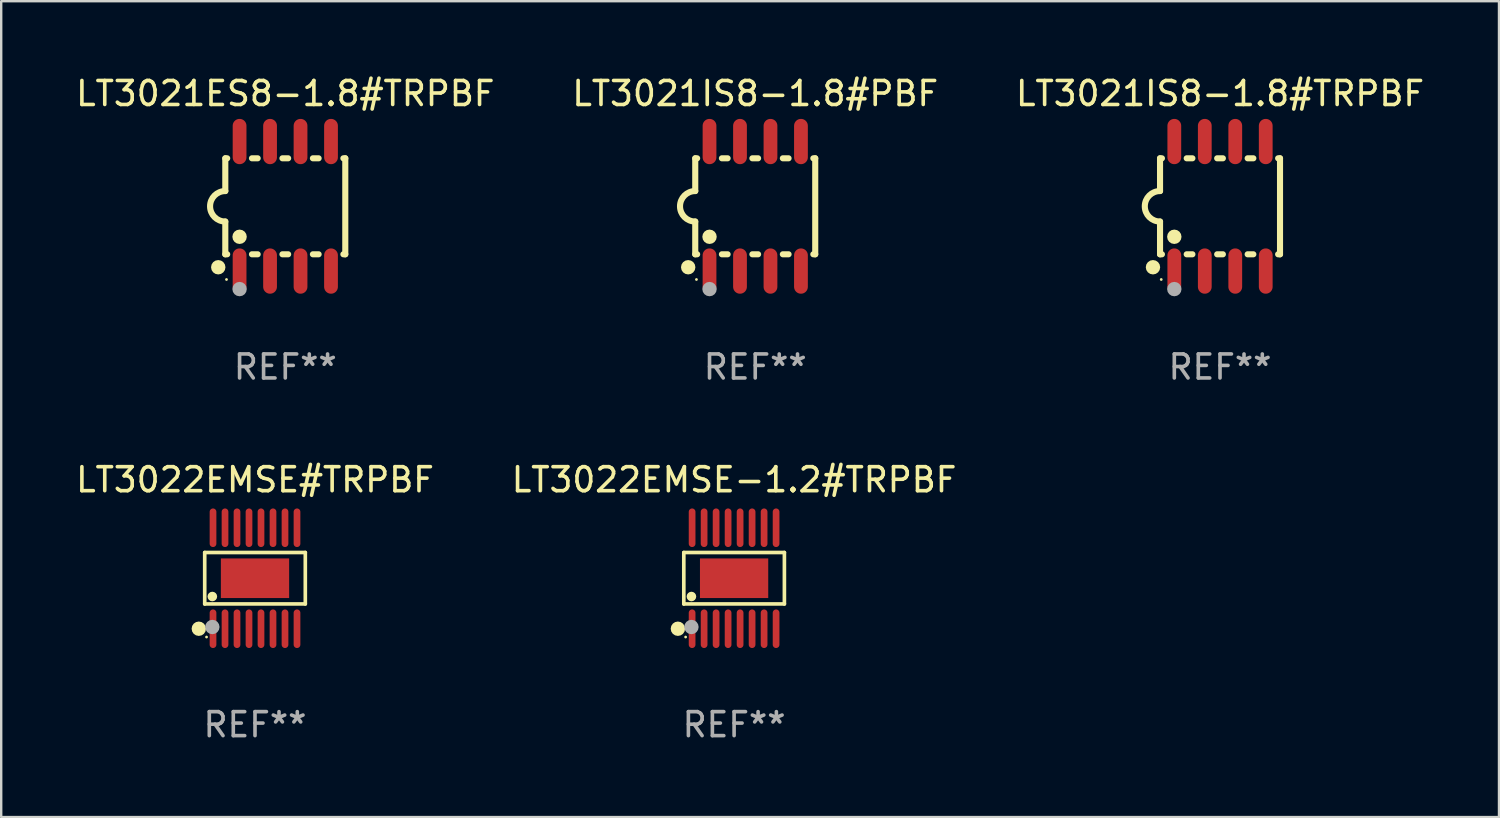
<source format=kicad_pcb>
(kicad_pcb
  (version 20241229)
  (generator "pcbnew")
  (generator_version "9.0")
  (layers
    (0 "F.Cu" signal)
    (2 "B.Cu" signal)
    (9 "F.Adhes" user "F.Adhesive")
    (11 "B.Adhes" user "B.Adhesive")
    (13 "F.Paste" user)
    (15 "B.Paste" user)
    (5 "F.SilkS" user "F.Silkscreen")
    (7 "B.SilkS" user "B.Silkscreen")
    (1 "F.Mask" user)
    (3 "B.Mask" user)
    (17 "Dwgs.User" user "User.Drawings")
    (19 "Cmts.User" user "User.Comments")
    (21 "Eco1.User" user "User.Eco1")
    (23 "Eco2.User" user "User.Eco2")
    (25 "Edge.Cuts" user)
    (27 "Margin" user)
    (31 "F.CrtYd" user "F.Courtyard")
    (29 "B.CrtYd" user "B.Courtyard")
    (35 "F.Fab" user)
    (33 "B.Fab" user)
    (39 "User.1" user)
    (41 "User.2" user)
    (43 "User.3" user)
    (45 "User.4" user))
  (footprint "LT3022EMSE#TRPBF"
    (layer "F.Cu")
    (at 7.577 21.047)
    (property "Reference" "LT3022EMSE#TRPBF" (at 0 -4.104 0) (layer "F.SilkS") (effects (font (size 1 1) (thickness 0.15))))
    (attr through_hole)
    (fp_line (start -2.096 -1.072) (end 2.096 -1.072) (stroke (width 0.152) (type solid)) (layer "F.SilkS"))
    (fp_line (start -2.096 1.071) (end -2.096 -1.072) (stroke (width 0.152) (type solid)) (layer "F.SilkS"))
    (fp_line (start 2.096 -1.072) (end 2.096 1.071) (stroke (width 0.152) (type solid)) (layer "F.SilkS"))
    (fp_line (start 2.096 1.071) (end -2.096 1.071) (stroke (width 0.152) (type solid)) (layer "F.SilkS"))
    (fp_circle (center -2.342 2.104) (end -2.192 2.104) (stroke (width 0.3) (type solid)) (fill no) (layer "F.SilkS"))
    (fp_circle (center -2.02 2.45) (end -1.99 2.45) (stroke (width 0.06) (type solid)) (fill no) (layer "F.SilkS"))
    (fp_circle (center -1.778 0.762) (end -1.678 0.762) (stroke (width 0.2) (type solid)) (fill no) (layer "F.SilkS"))
    (fp_circle (center -1.778 2.032) (end -1.628 2.032) (stroke (width 0.3) (type solid)) (fill no) (layer "F.Fab"))
    (fp_text user "REF**" (at 0 6.104 0) (layer "F.Fab") (effects (font (size 1 1) (thickness 0.15))))
    (pad "1" smd oval (at -1.75 2.104) (size 0.28 1.608) (layers "F.Cu" "F.Mask" "F.Paste"))
    (pad "2" smd oval (at -1.25 2.104) (size 0.28 1.608) (layers "F.Cu" "F.Mask" "F.Paste"))
    (pad "3" smd oval (at -0.75 2.104) (size 0.28 1.608) (layers "F.Cu" "F.Mask" "F.Paste"))
    (pad "4" smd oval (at -0.25 2.104) (size 0.28 1.608) (layers "F.Cu" "F.Mask" "F.Paste"))
    (pad "5" smd oval (at 0.25 2.104) (size 0.28 1.608) (layers "F.Cu" "F.Mask" "F.Paste"))
    (pad "6" smd oval (at 0.75 2.104) (size 0.28 1.608) (layers "F.Cu" "F.Mask" "F.Paste"))
    (pad "7" smd oval (at 1.25 2.104) (size 0.28 1.608) (layers "F.Cu" "F.Mask" "F.Paste"))
    (pad "8" smd oval (at 1.75 2.104) (size 0.28 1.608) (layers "F.Cu" "F.Mask" "F.Paste"))
    (pad "9" smd oval (at 1.75 -2.104) (size 0.28 1.608) (layers "F.Cu" "F.Mask" "F.Paste"))
    (pad "10" smd oval (at 1.25 -2.104) (size 0.28 1.608) (layers "F.Cu" "F.Mask" "F.Paste"))
    (pad "11" smd oval (at 0.75 -2.104) (size 0.28 1.608) (layers "F.Cu" "F.Mask" "F.Paste"))
    (pad "12" smd oval (at 0.25 -2.104) (size 0.28 1.608) (layers "F.Cu" "F.Mask" "F.Paste"))
    (pad "13" smd oval (at -0.25 -2.104) (size 0.28 1.608) (layers "F.Cu" "F.Mask" "F.Paste"))
    (pad "14" smd oval (at -0.75 -2.104) (size 0.28 1.608) (layers "F.Cu" "F.Mask" "F.Paste"))
    (pad "15" smd oval (at -1.25 -2.104) (size 0.28 1.608) (layers "F.Cu" "F.Mask" "F.Paste"))
    (pad "16" smd oval (at -1.75 -2.104) (size 0.28 1.608) (layers "F.Cu" "F.Mask" "F.Paste"))
    (pad "17" smd rect (at 0 -0.000127) (size 2.845 1.651) (layers "F.Cu" "F.Mask" "F.Paste")))
  (footprint "LT3022EMSE-1.2#TRPBF"
    (layer "F.Cu")
    (at 27.542 21.047)
    (property "Reference" "LT3022EMSE-1.2#TRPBF" (at 0 -4.104 0) (layer "F.SilkS") (effects (font (size 1 1) (thickness 0.15))))
    (attr through_hole)
    (fp_line (start -2.096 -1.072) (end 2.096 -1.072) (stroke (width 0.152) (type solid)) (layer "F.SilkS"))
    (fp_line (start -2.096 1.071) (end -2.096 -1.072) (stroke (width 0.152) (type solid)) (layer "F.SilkS"))
    (fp_line (start 2.096 -1.072) (end 2.096 1.071) (stroke (width 0.152) (type solid)) (layer "F.SilkS"))
    (fp_line (start 2.096 1.071) (end -2.096 1.071) (stroke (width 0.152) (type solid)) (layer "F.SilkS"))
    (fp_circle (center -2.342 2.104) (end -2.192 2.104) (stroke (width 0.3) (type solid)) (fill no) (layer "F.SilkS"))
    (fp_circle (center -2.02 2.45) (end -1.99 2.45) (stroke (width 0.06) (type solid)) (fill no) (layer "F.SilkS"))
    (fp_circle (center -1.778 0.762) (end -1.678 0.762) (stroke (width 0.2) (type solid)) (fill no) (layer "F.SilkS"))
    (fp_circle (center -1.778 2.032) (end -1.628 2.032) (stroke (width 0.3) (type solid)) (fill no) (layer "F.Fab"))
    (fp_text user "REF**" (at 0 6.104 0) (layer "F.Fab") (effects (font (size 1 1) (thickness 0.15))))
    (pad "1" smd oval (at -1.75 2.104) (size 0.28 1.608) (layers "F.Cu" "F.Mask" "F.Paste"))
    (pad "2" smd oval (at -1.25 2.104) (size 0.28 1.608) (layers "F.Cu" "F.Mask" "F.Paste"))
    (pad "3" smd oval (at -0.75 2.104) (size 0.28 1.608) (layers "F.Cu" "F.Mask" "F.Paste"))
    (pad "4" smd oval (at -0.25 2.104) (size 0.28 1.608) (layers "F.Cu" "F.Mask" "F.Paste"))
    (pad "5" smd oval (at 0.25 2.104) (size 0.28 1.608) (layers "F.Cu" "F.Mask" "F.Paste"))
    (pad "6" smd oval (at 0.75 2.104) (size 0.28 1.608) (layers "F.Cu" "F.Mask" "F.Paste"))
    (pad "7" smd oval (at 1.25 2.104) (size 0.28 1.608) (layers "F.Cu" "F.Mask" "F.Paste"))
    (pad "8" smd oval (at 1.75 2.104) (size 0.28 1.608) (layers "F.Cu" "F.Mask" "F.Paste"))
    (pad "9" smd oval (at 1.75 -2.104) (size 0.28 1.608) (layers "F.Cu" "F.Mask" "F.Paste"))
    (pad "10" smd oval (at 1.25 -2.104) (size 0.28 1.608) (layers "F.Cu" "F.Mask" "F.Paste"))
    (pad "11" smd oval (at 0.75 -2.104) (size 0.28 1.608) (layers "F.Cu" "F.Mask" "F.Paste"))
    (pad "12" smd oval (at 0.25 -2.104) (size 0.28 1.608) (layers "F.Cu" "F.Mask" "F.Paste"))
    (pad "13" smd oval (at -0.25 -2.104) (size 0.28 1.608) (layers "F.Cu" "F.Mask" "F.Paste"))
    (pad "14" smd oval (at -0.75 -2.104) (size 0.28 1.608) (layers "F.Cu" "F.Mask" "F.Paste"))
    (pad "15" smd oval (at -1.25 -2.104) (size 0.28 1.608) (layers "F.Cu" "F.Mask" "F.Paste"))
    (pad "16" smd oval (at -1.75 -2.104) (size 0.28 1.608) (layers "F.Cu" "F.Mask" "F.Paste"))
    (pad "17" smd rect (at 0 -0.000127) (size 2.845 1.651) (layers "F.Cu" "F.Mask" "F.Paste")))
  (footprint "LT3021IS8-1.8#TRPBF"
    (layer "F.Cu")
    (at 47.792 5.547)
    (property "Reference" "LT3021IS8-1.8#TRPBF" (at 0 -4.699 0) (layer "F.SilkS") (effects (font (size 1 1) (thickness 0.15))))
    (attr through_hole)
    (fp_line (start -2.5 -2) (end -2.5 -0.635) (stroke (width 0.254) (type solid)) (layer "F.SilkS"))
    (fp_line (start -2.5 -2) (end -2.421 -2) (stroke (width 0.254) (type solid)) (layer "F.SilkS"))
    (fp_line (start -2.5 2) (end -2.5 0.635) (stroke (width 0.254) (type solid)) (layer "F.SilkS"))
    (fp_line (start -2.5 2) (end -2.421 2) (stroke (width 0.254) (type solid)) (layer "F.SilkS"))
    (fp_line (start -1.389 -2) (end -1.151 -2) (stroke (width 0.254) (type solid)) (layer "F.SilkS"))
    (fp_line (start -1.389 2) (end -1.151 2) (stroke (width 0.254) (type solid)) (layer "F.SilkS"))
    (fp_line (start -0.119 -2) (end 0.119 -2) (stroke (width 0.254) (type solid)) (layer "F.SilkS"))
    (fp_line (start -0.119 2) (end 0.119 2) (stroke (width 0.254) (type solid)) (layer "F.SilkS"))
    (fp_line (start 1.151 -2) (end 1.389 -2) (stroke (width 0.254) (type solid)) (layer "F.SilkS"))
    (fp_line (start 1.151 2) (end 1.389 2) (stroke (width 0.254) (type solid)) (layer "F.SilkS"))
    (fp_line (start 2.421 -2) (end 2.5 -2) (stroke (width 0.254) (type solid)) (layer "F.SilkS"))
    (fp_line (start 2.421 2) (end 2.5 2) (stroke (width 0.254) (type solid)) (layer "F.SilkS"))
    (fp_line (start 2.5 -2) (end 2.5 2) (stroke (width 0.254) (type solid)) (layer "F.SilkS"))
    (fp_arc (start -2.5 0.635001) (mid -3.134366 -0.000318) (end -2.499365 -0.635001) (stroke (width 0.254001) (type solid)) (layer "F.SilkS"))
    (fp_circle (center -2.794 2.54) (end -2.644 2.54) (stroke (width 0.3) (type solid)) (fill no) (layer "F.SilkS"))
    (fp_circle (center -2.45 3.05) (end -2.42 3.05) (stroke (width 0.06) (type solid)) (fill no) (layer "F.SilkS"))
    (fp_circle (center -1.905 1.27) (end -1.755 1.27) (stroke (width 0.3) (type solid)) (fill no) (layer "F.SilkS"))
    (fp_circle (center -1.905 3.45) (end -1.755 3.45) (stroke (width 0.3) (type solid)) (fill no) (layer "F.Fab"))
    (fp_text user "REF**" (at 0 6.699 0) (layer "F.Fab") (effects (font (size 1 1) (thickness 0.15))))
    (pad "1" smd oval (at -1.905 2.699) (size 0.574 1.888) (layers "F.Cu" "F.Mask" "F.Paste"))
    (pad "2" smd oval (at -0.635 2.699) (size 0.574 1.888) (layers "F.Cu" "F.Mask" "F.Paste"))
    (pad "3" smd oval (at 0.635 2.699) (size 0.574 1.888) (layers "F.Cu" "F.Mask" "F.Paste"))
    (pad "4" smd oval (at 1.905 2.699) (size 0.574 1.888) (layers "F.Cu" "F.Mask" "F.Paste"))
    (pad "5" smd oval (at 1.905 -2.699) (size 0.574 1.888) (layers "F.Cu" "F.Mask" "F.Paste"))
    (pad "6" smd oval (at 0.635 -2.699) (size 0.574 1.888) (layers "F.Cu" "F.Mask" "F.Paste"))
    (pad "7" smd oval (at -0.635 -2.699) (size 0.574 1.888) (layers "F.Cu" "F.Mask" "F.Paste"))
    (pad "8" smd oval (at -1.905 -2.699) (size 0.574 1.888) (layers "F.Cu" "F.Mask" "F.Paste")))
  (footprint "LT3021IS8-1.8#PBF"
    (layer "F.Cu")
    (at 28.423 5.547)
    (property "Reference" "LT3021IS8-1.8#PBF" (at 0 -4.699 0) (layer "F.SilkS") (effects (font (size 1 1) (thickness 0.15))))
    (attr through_hole)
    (fp_line (start -2.5 -2) (end -2.5 -0.635) (stroke (width 0.254) (type solid)) (layer "F.SilkS"))
    (fp_line (start -2.5 -2) (end -2.421 -2) (stroke (width 0.254) (type solid)) (layer "F.SilkS"))
    (fp_line (start -2.5 2) (end -2.5 0.635) (stroke (width 0.254) (type solid)) (layer "F.SilkS"))
    (fp_line (start -2.5 2) (end -2.421 2) (stroke (width 0.254) (type solid)) (layer "F.SilkS"))
    (fp_line (start -1.389 -2) (end -1.151 -2) (stroke (width 0.254) (type solid)) (layer "F.SilkS"))
    (fp_line (start -1.389 2) (end -1.151 2) (stroke (width 0.254) (type solid)) (layer "F.SilkS"))
    (fp_line (start -0.119 -2) (end 0.119 -2) (stroke (width 0.254) (type solid)) (layer "F.SilkS"))
    (fp_line (start -0.119 2) (end 0.119 2) (stroke (width 0.254) (type solid)) (layer "F.SilkS"))
    (fp_line (start 1.151 -2) (end 1.389 -2) (stroke (width 0.254) (type solid)) (layer "F.SilkS"))
    (fp_line (start 1.151 2) (end 1.389 2) (stroke (width 0.254) (type solid)) (layer "F.SilkS"))
    (fp_line (start 2.421 -2) (end 2.5 -2) (stroke (width 0.254) (type solid)) (layer "F.SilkS"))
    (fp_line (start 2.421 2) (end 2.5 2) (stroke (width 0.254) (type solid)) (layer "F.SilkS"))
    (fp_line (start 2.5 -2) (end 2.5 2) (stroke (width 0.254) (type solid)) (layer "F.SilkS"))
    (fp_arc (start -2.5 0.635001) (mid -3.134366 -0.000318) (end -2.499365 -0.635001) (stroke (width 0.254001) (type solid)) (layer "F.SilkS"))
    (fp_circle (center -2.794 2.54) (end -2.644 2.54) (stroke (width 0.3) (type solid)) (fill no) (layer "F.SilkS"))
    (fp_circle (center -2.45 3.05) (end -2.42 3.05) (stroke (width 0.06) (type solid)) (fill no) (layer "F.SilkS"))
    (fp_circle (center -1.905 1.27) (end -1.755 1.27) (stroke (width 0.3) (type solid)) (fill no) (layer "F.SilkS"))
    (fp_circle (center -1.905 3.45) (end -1.755 3.45) (stroke (width 0.3) (type solid)) (fill no) (layer "F.Fab"))
    (fp_text user "REF**" (at 0 6.699 0) (layer "F.Fab") (effects (font (size 1 1) (thickness 0.15))))
    (pad "1" smd oval (at -1.905 2.699) (size 0.574 1.888) (layers "F.Cu" "F.Mask" "F.Paste"))
    (pad "2" smd oval (at -0.635 2.699) (size 0.574 1.888) (layers "F.Cu" "F.Mask" "F.Paste"))
    (pad "3" smd oval (at 0.635 2.699) (size 0.574 1.888) (layers "F.Cu" "F.Mask" "F.Paste"))
    (pad "4" smd oval (at 1.905 2.699) (size 0.574 1.888) (layers "F.Cu" "F.Mask" "F.Paste"))
    (pad "5" smd oval (at 1.905 -2.699) (size 0.574 1.888) (layers "F.Cu" "F.Mask" "F.Paste"))
    (pad "6" smd oval (at 0.635 -2.699) (size 0.574 1.888) (layers "F.Cu" "F.Mask" "F.Paste"))
    (pad "7" smd oval (at -0.635 -2.699) (size 0.574 1.888) (layers "F.Cu" "F.Mask" "F.Paste"))
    (pad "8" smd oval (at -1.905 -2.699) (size 0.574 1.888) (layers "F.Cu" "F.Mask" "F.Paste")))
  (footprint "LT3021ES8-1.8#TRPBF"
    (layer "F.Cu")
    (at 8.839 5.547)
    (property "Reference" "LT3021ES8-1.8#TRPBF" (at 0 -4.699 0) (layer "F.SilkS") (effects (font (size 1 1) (thickness 0.15))))
    (attr through_hole)
    (fp_line (start -2.5 -2) (end -2.5 -0.635) (stroke (width 0.254) (type solid)) (layer "F.SilkS"))
    (fp_line (start -2.5 -2) (end -2.421 -2) (stroke (width 0.254) (type solid)) (layer "F.SilkS"))
    (fp_line (start -2.5 2) (end -2.5 0.635) (stroke (width 0.254) (type solid)) (layer "F.SilkS"))
    (fp_line (start -2.5 2) (end -2.421 2) (stroke (width 0.254) (type solid)) (layer "F.SilkS"))
    (fp_line (start -1.389 -2) (end -1.151 -2) (stroke (width 0.254) (type solid)) (layer "F.SilkS"))
    (fp_line (start -1.389 2) (end -1.151 2) (stroke (width 0.254) (type solid)) (layer "F.SilkS"))
    (fp_line (start -0.119 -2) (end 0.119 -2) (stroke (width 0.254) (type solid)) (layer "F.SilkS"))
    (fp_line (start -0.119 2) (end 0.119 2) (stroke (width 0.254) (type solid)) (layer "F.SilkS"))
    (fp_line (start 1.151 -2) (end 1.389 -2) (stroke (width 0.254) (type solid)) (layer "F.SilkS"))
    (fp_line (start 1.151 2) (end 1.389 2) (stroke (width 0.254) (type solid)) (layer "F.SilkS"))
    (fp_line (start 2.421 -2) (end 2.5 -2) (stroke (width 0.254) (type solid)) (layer "F.SilkS"))
    (fp_line (start 2.421 2) (end 2.5 2) (stroke (width 0.254) (type solid)) (layer "F.SilkS"))
    (fp_line (start 2.5 -2) (end 2.5 2) (stroke (width 0.254) (type solid)) (layer "F.SilkS"))
    (fp_arc (start -2.5 0.635001) (mid -3.134366 -0.000318) (end -2.499365 -0.635001) (stroke (width 0.254001) (type solid)) (layer "F.SilkS"))
    (fp_circle (center -2.794 2.54) (end -2.644 2.54) (stroke (width 0.3) (type solid)) (fill no) (layer "F.SilkS"))
    (fp_circle (center -2.45 3.05) (end -2.42 3.05) (stroke (width 0.06) (type solid)) (fill no) (layer "F.SilkS"))
    (fp_circle (center -1.905 1.27) (end -1.755 1.27) (stroke (width 0.3) (type solid)) (fill no) (layer "F.SilkS"))
    (fp_circle (center -1.905 3.45) (end -1.755 3.45) (stroke (width 0.3) (type solid)) (fill no) (layer "F.Fab"))
    (fp_text user "REF**" (at 0 6.699 0) (layer "F.Fab") (effects (font (size 1 1) (thickness 0.15))))
    (pad "1" smd oval (at -1.905 2.699) (size 0.574 1.888) (layers "F.Cu" "F.Mask" "F.Paste"))
    (pad "2" smd oval (at -0.635 2.699) (size 0.574 1.888) (layers "F.Cu" "F.Mask" "F.Paste"))
    (pad "3" smd oval (at 0.635 2.699) (size 0.574 1.888) (layers "F.Cu" "F.Mask" "F.Paste"))
    (pad "4" smd oval (at 1.905 2.699) (size 0.574 1.888) (layers "F.Cu" "F.Mask" "F.Paste"))
    (pad "5" smd oval (at 1.905 -2.699) (size 0.574 1.888) (layers "F.Cu" "F.Mask" "F.Paste"))
    (pad "6" smd oval (at 0.635 -2.699) (size 0.574 1.888) (layers "F.Cu" "F.Mask" "F.Paste"))
    (pad "7" smd oval (at -0.635 -2.699) (size 0.574 1.888) (layers "F.Cu" "F.Mask" "F.Paste"))
    (pad "8" smd oval (at -1.905 -2.699) (size 0.574 1.888) (layers "F.Cu" "F.Mask" "F.Paste")))
  (gr_rect
    (start -3 -3)
    (end 59.417 30.999)
    (stroke (width 0.1) (type default))
    (fill no)
    (layer "Edge.Cuts")))
</source>
